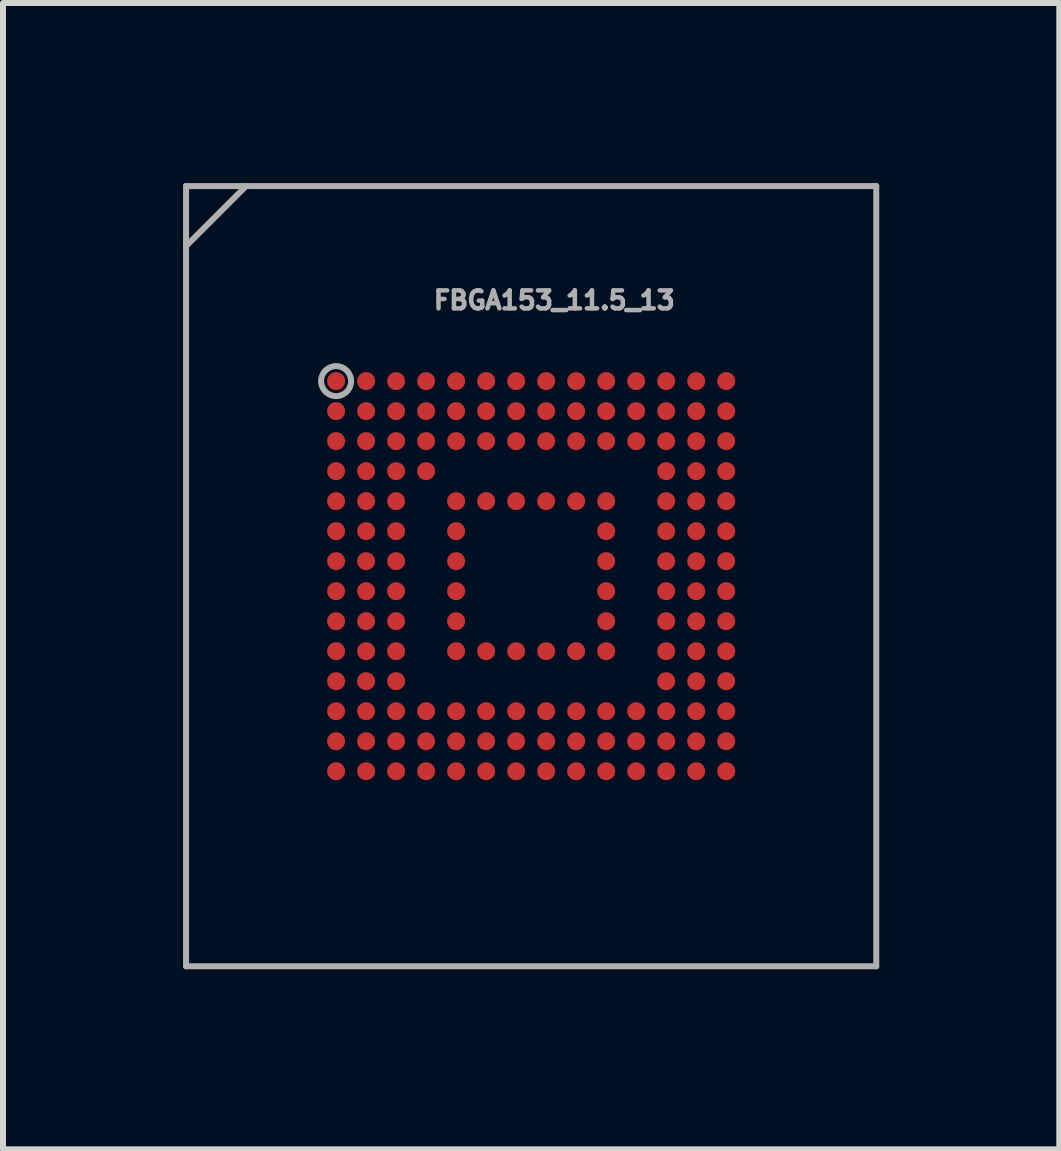
<source format=kicad_pcb>
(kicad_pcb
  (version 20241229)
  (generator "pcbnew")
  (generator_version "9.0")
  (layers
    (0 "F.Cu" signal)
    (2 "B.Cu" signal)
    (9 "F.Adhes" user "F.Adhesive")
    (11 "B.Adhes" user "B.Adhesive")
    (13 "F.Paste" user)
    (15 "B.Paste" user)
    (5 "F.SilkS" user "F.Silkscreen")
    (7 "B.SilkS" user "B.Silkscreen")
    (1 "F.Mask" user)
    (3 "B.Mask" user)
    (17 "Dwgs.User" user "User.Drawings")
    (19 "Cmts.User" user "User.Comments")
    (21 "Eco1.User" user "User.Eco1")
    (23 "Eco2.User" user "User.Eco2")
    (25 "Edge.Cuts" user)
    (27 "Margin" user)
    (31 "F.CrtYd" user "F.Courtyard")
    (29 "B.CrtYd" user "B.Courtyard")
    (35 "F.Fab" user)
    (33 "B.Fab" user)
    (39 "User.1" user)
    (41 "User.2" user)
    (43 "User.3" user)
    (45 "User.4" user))
  (footprint "FBGA153_11.5_13"
    (layer "F.Cu")
    (at 5.8 6.55)
    (property "Reference" "FBGA153_11.5_13" (at 0.385 -4.597 0) (layer "F.Fab") (effects (font (size 0.3 0.3) (thickness 0.075))))
    (attr smd)
    (fp_line (start -5.75 -6.5) (end 5.75 -6.5) (stroke (width 0.1) (type solid)) (layer "F.Fab"))
    (fp_line (start -5.75 -5.5) (end -4.75 -6.5) (stroke (width 0.1) (type solid)) (layer "F.Fab"))
    (fp_line (start -5.75 6.5) (end -5.75 -6.5) (stroke (width 0.1) (type solid)) (layer "F.Fab"))
    (fp_line (start 5.75 -6.5) (end 5.75 6.5) (stroke (width 0.1) (type solid)) (layer "F.Fab"))
    (fp_line (start 5.75 6.5) (end -5.75 6.5) (stroke (width 0.1) (type solid)) (layer "F.Fab"))
    (fp_circle (center -3.25 -3.25) (end -3.05 -3.1) (stroke (width 0.1) (type solid)) (fill no) (layer "F.Fab"))
    (pad "A1" smd circle (at -3.25 -3.25) (size 0.3 0.3) (layers "F.Cu" "F.Mask" "F.Paste"))
    (pad "A2" smd circle (at -2.75 -3.25) (size 0.3 0.3) (layers "F.Cu" "F.Mask" "F.Paste"))
    (pad "A3" smd circle (at -2.25 -3.25) (size 0.3 0.3) (layers "F.Cu" "F.Mask" "F.Paste"))
    (pad "A4" smd circle (at -1.75 -3.25) (size 0.3 0.3) (layers "F.Cu" "F.Mask" "F.Paste"))
    (pad "A5" smd circle (at -1.25 -3.25) (size 0.3 0.3) (layers "F.Cu" "F.Mask" "F.Paste"))
    (pad "A6" smd circle (at -0.75 -3.25) (size 0.3 0.3) (layers "F.Cu" "F.Mask" "F.Paste"))
    (pad "A7" smd circle (at -0.25 -3.25) (size 0.3 0.3) (layers "F.Cu" "F.Mask" "F.Paste"))
    (pad "A8" smd circle (at 0.25 -3.25) (size 0.3 0.3) (layers "F.Cu" "F.Mask" "F.Paste"))
    (pad "A9" smd circle (at 0.75 -3.25) (size 0.3 0.3) (layers "F.Cu" "F.Mask" "F.Paste"))
    (pad "A10" smd circle (at 1.25 -3.25) (size 0.3 0.3) (layers "F.Cu" "F.Mask" "F.Paste"))
    (pad "A11" smd circle (at 1.75 -3.25) (size 0.3 0.3) (layers "F.Cu" "F.Mask" "F.Paste"))
    (pad "A12" smd circle (at 2.25 -3.25) (size 0.3 0.3) (layers "F.Cu" "F.Mask" "F.Paste"))
    (pad "A13" smd circle (at 2.75 -3.25) (size 0.3 0.3) (layers "F.Cu" "F.Mask" "F.Paste"))
    (pad "A14" smd circle (at 3.25 -3.25) (size 0.3 0.3) (layers "F.Cu" "F.Mask" "F.Paste"))
    (pad "B1" smd circle (at -3.25 -2.75) (size 0.3 0.3) (layers "F.Cu" "F.Mask" "F.Paste"))
    (pad "B2" smd circle (at -2.75 -2.75) (size 0.3 0.3) (layers "F.Cu" "F.Mask" "F.Paste"))
    (pad "B3" smd circle (at -2.25 -2.75) (size 0.3 0.3) (layers "F.Cu" "F.Mask" "F.Paste"))
    (pad "B4" smd circle (at -1.75 -2.75) (size 0.3 0.3) (layers "F.Cu" "F.Mask" "F.Paste"))
    (pad "B5" smd circle (at -1.25 -2.75) (size 0.3 0.3) (layers "F.Cu" "F.Mask" "F.Paste"))
    (pad "B6" smd circle (at -0.75 -2.75) (size 0.3 0.3) (layers "F.Cu" "F.Mask" "F.Paste"))
    (pad "B7" smd circle (at -0.25 -2.75) (size 0.3 0.3) (layers "F.Cu" "F.Mask" "F.Paste"))
    (pad "B8" smd circle (at 0.25 -2.75) (size 0.3 0.3) (layers "F.Cu" "F.Mask" "F.Paste"))
    (pad "B9" smd circle (at 0.75 -2.75) (size 0.3 0.3) (layers "F.Cu" "F.Mask" "F.Paste"))
    (pad "B10" smd circle (at 1.25 -2.75) (size 0.3 0.3) (layers "F.Cu" "F.Mask" "F.Paste"))
    (pad "B11" smd circle (at 1.75 -2.75) (size 0.3 0.3) (layers "F.Cu" "F.Mask" "F.Paste"))
    (pad "B12" smd circle (at 2.25 -2.75) (size 0.3 0.3) (layers "F.Cu" "F.Mask" "F.Paste"))
    (pad "B13" smd circle (at 2.75 -2.75) (size 0.3 0.3) (layers "F.Cu" "F.Mask" "F.Paste"))
    (pad "B14" smd circle (at 3.25 -2.75) (size 0.3 0.3) (layers "F.Cu" "F.Mask" "F.Paste"))
    (pad "C1" smd circle (at -3.25 -2.25) (size 0.3 0.3) (layers "F.Cu" "F.Mask" "F.Paste"))
    (pad "C2" smd circle (at -2.75 -2.25) (size 0.3 0.3) (layers "F.Cu" "F.Mask" "F.Paste"))
    (pad "C3" smd circle (at -2.25 -2.25) (size 0.3 0.3) (layers "F.Cu" "F.Mask" "F.Paste"))
    (pad "C4" smd circle (at -1.75 -2.25) (size 0.3 0.3) (layers "F.Cu" "F.Mask" "F.Paste"))
    (pad "C5" smd circle (at -1.25 -2.25) (size 0.3 0.3) (layers "F.Cu" "F.Mask" "F.Paste"))
    (pad "C6" smd circle (at -0.75 -2.25) (size 0.3 0.3) (layers "F.Cu" "F.Mask" "F.Paste"))
    (pad "C7" smd circle (at -0.25 -2.25) (size 0.3 0.3) (layers "F.Cu" "F.Mask" "F.Paste"))
    (pad "C8" smd circle (at 0.25 -2.25) (size 0.3 0.3) (layers "F.Cu" "F.Mask" "F.Paste"))
    (pad "C9" smd circle (at 0.75 -2.25) (size 0.3 0.3) (layers "F.Cu" "F.Mask" "F.Paste"))
    (pad "C10" smd circle (at 1.25 -2.25) (size 0.3 0.3) (layers "F.Cu" "F.Mask" "F.Paste"))
    (pad "C11" smd circle (at 1.75 -2.25) (size 0.3 0.3) (layers "F.Cu" "F.Mask" "F.Paste"))
    (pad "C12" smd circle (at 2.25 -2.25) (size 0.3 0.3) (layers "F.Cu" "F.Mask" "F.Paste"))
    (pad "C13" smd circle (at 2.75 -2.25) (size 0.3 0.3) (layers "F.Cu" "F.Mask" "F.Paste"))
    (pad "C14" smd circle (at 3.25 -2.25) (size 0.3 0.3) (layers "F.Cu" "F.Mask" "F.Paste"))
    (pad "D1" smd circle (at -3.25 -1.75) (size 0.3 0.3) (layers "F.Cu" "F.Mask" "F.Paste"))
    (pad "D2" smd circle (at -2.75 -1.75) (size 0.3 0.3) (layers "F.Cu" "F.Mask" "F.Paste"))
    (pad "D3" smd circle (at -2.25 -1.75) (size 0.3 0.3) (layers "F.Cu" "F.Mask" "F.Paste"))
    (pad "D4" smd circle (at -1.75 -1.75) (size 0.3 0.3) (layers "F.Cu" "F.Mask" "F.Paste"))
    (pad "D12" smd circle (at 2.25 -1.75) (size 0.3 0.3) (layers "F.Cu" "F.Mask" "F.Paste"))
    (pad "D13" smd circle (at 2.75 -1.75) (size 0.3 0.3) (layers "F.Cu" "F.Mask" "F.Paste"))
    (pad "D14" smd circle (at 3.25 -1.75) (size 0.3 0.3) (layers "F.Cu" "F.Mask" "F.Paste"))
    (pad "E1" smd circle (at -3.25 -1.25) (size 0.3 0.3) (layers "F.Cu" "F.Mask" "F.Paste"))
    (pad "E2" smd circle (at -2.75 -1.25) (size 0.3 0.3) (layers "F.Cu" "F.Mask" "F.Paste"))
    (pad "E3" smd circle (at -2.25 -1.25) (size 0.3 0.3) (layers "F.Cu" "F.Mask" "F.Paste"))
    (pad "E5" smd circle (at -1.25 -1.25) (size 0.3 0.3) (layers "F.Cu" "F.Mask" "F.Paste"))
    (pad "E6" smd circle (at -0.75 -1.25) (size 0.3 0.3) (layers "F.Cu" "F.Mask" "F.Paste"))
    (pad "E7" smd circle (at -0.25 -1.25) (size 0.3 0.3) (layers "F.Cu" "F.Mask" "F.Paste"))
    (pad "E8" smd circle (at 0.25 -1.25) (size 0.3 0.3) (layers "F.Cu" "F.Mask" "F.Paste"))
    (pad "E9" smd circle (at 0.75 -1.25) (size 0.3 0.3) (layers "F.Cu" "F.Mask" "F.Paste"))
    (pad "E10" smd circle (at 1.25 -1.25) (size 0.3 0.3) (layers "F.Cu" "F.Mask" "F.Paste"))
    (pad "E12" smd circle (at 2.25 -1.25) (size 0.3 0.3) (layers "F.Cu" "F.Mask" "F.Paste"))
    (pad "E13" smd circle (at 2.75 -1.25) (size 0.3 0.3) (layers "F.Cu" "F.Mask" "F.Paste"))
    (pad "E14" smd circle (at 3.25 -1.25) (size 0.3 0.3) (layers "F.Cu" "F.Mask" "F.Paste"))
    (pad "F1" smd circle (at -3.25 -0.75) (size 0.3 0.3) (layers "F.Cu" "F.Mask" "F.Paste"))
    (pad "F2" smd circle (at -2.75 -0.75) (size 0.3 0.3) (layers "F.Cu" "F.Mask" "F.Paste"))
    (pad "F3" smd circle (at -2.25 -0.75) (size 0.3 0.3) (layers "F.Cu" "F.Mask" "F.Paste"))
    (pad "F5" smd circle (at -1.25 -0.75) (size 0.3 0.3) (layers "F.Cu" "F.Mask" "F.Paste"))
    (pad "F10" smd circle (at 1.25 -0.75) (size 0.3 0.3) (layers "F.Cu" "F.Mask" "F.Paste"))
    (pad "F12" smd circle (at 2.25 -0.75) (size 0.3 0.3) (layers "F.Cu" "F.Mask" "F.Paste"))
    (pad "F13" smd circle (at 2.75 -0.75) (size 0.3 0.3) (layers "F.Cu" "F.Mask" "F.Paste"))
    (pad "F14" smd circle (at 3.25 -0.75) (size 0.3 0.3) (layers "F.Cu" "F.Mask" "F.Paste"))
    (pad "G1" smd circle (at -3.25 -0.25) (size 0.3 0.3) (layers "F.Cu" "F.Mask" "F.Paste"))
    (pad "G2" smd circle (at -2.75 -0.25) (size 0.3 0.3) (layers "F.Cu" "F.Mask" "F.Paste"))
    (pad "G3" smd circle (at -2.25 -0.25) (size 0.3 0.3) (layers "F.Cu" "F.Mask" "F.Paste"))
    (pad "G5" smd circle (at -1.25 -0.25) (size 0.3 0.3) (layers "F.Cu" "F.Mask" "F.Paste"))
    (pad "G10" smd circle (at 1.25 -0.25) (size 0.3 0.3) (layers "F.Cu" "F.Mask" "F.Paste"))
    (pad "G12" smd circle (at 2.25 -0.25) (size 0.3 0.3) (layers "F.Cu" "F.Mask" "F.Paste"))
    (pad "G13" smd circle (at 2.75 -0.25) (size 0.3 0.3) (layers "F.Cu" "F.Mask" "F.Paste"))
    (pad "G14" smd circle (at 3.25 -0.25) (size 0.3 0.3) (layers "F.Cu" "F.Mask" "F.Paste"))
    (pad "H1" smd circle (at -3.25 0.25) (size 0.3 0.3) (layers "F.Cu" "F.Mask" "F.Paste"))
    (pad "H2" smd circle (at -2.75 0.25) (size 0.3 0.3) (layers "F.Cu" "F.Mask" "F.Paste"))
    (pad "H3" smd circle (at -2.25 0.25) (size 0.3 0.3) (layers "F.Cu" "F.Mask" "F.Paste"))
    (pad "H5" smd circle (at -1.25 0.25) (size 0.3 0.3) (layers "F.Cu" "F.Mask" "F.Paste"))
    (pad "H10" smd circle (at 1.25 0.25) (size 0.3 0.3) (layers "F.Cu" "F.Mask" "F.Paste"))
    (pad "H12" smd circle (at 2.25 0.25) (size 0.3 0.3) (layers "F.Cu" "F.Mask" "F.Paste"))
    (pad "H13" smd circle (at 2.75 0.25) (size 0.3 0.3) (layers "F.Cu" "F.Mask" "F.Paste"))
    (pad "H14" smd circle (at 3.25 0.25) (size 0.3 0.3) (layers "F.Cu" "F.Mask" "F.Paste"))
    (pad "J1" smd circle (at -3.25 0.75) (size 0.3 0.3) (layers "F.Cu" "F.Mask" "F.Paste"))
    (pad "J2" smd circle (at -2.75 0.75) (size 0.3 0.3) (layers "F.Cu" "F.Mask" "F.Paste"))
    (pad "J3" smd circle (at -2.25 0.75) (size 0.3 0.3) (layers "F.Cu" "F.Mask" "F.Paste"))
    (pad "J5" smd circle (at -1.25 0.75) (size 0.3 0.3) (layers "F.Cu" "F.Mask" "F.Paste"))
    (pad "J10" smd circle (at 1.25 0.75) (size 0.3 0.3) (layers "F.Cu" "F.Mask" "F.Paste"))
    (pad "J12" smd circle (at 2.25 0.75) (size 0.3 0.3) (layers "F.Cu" "F.Mask" "F.Paste"))
    (pad "J13" smd circle (at 2.75 0.75) (size 0.3 0.3) (layers "F.Cu" "F.Mask" "F.Paste"))
    (pad "J14" smd circle (at 3.25 0.75) (size 0.3 0.3) (layers "F.Cu" "F.Mask" "F.Paste"))
    (pad "K1" smd circle (at -3.25 1.25) (size 0.3 0.3) (layers "F.Cu" "F.Mask" "F.Paste"))
    (pad "K2" smd circle (at -2.75 1.25) (size 0.3 0.3) (layers "F.Cu" "F.Mask" "F.Paste"))
    (pad "K3" smd circle (at -2.25 1.25) (size 0.3 0.3) (layers "F.Cu" "F.Mask" "F.Paste"))
    (pad "K5" smd circle (at -1.25 1.25) (size 0.3 0.3) (layers "F.Cu" "F.Mask" "F.Paste"))
    (pad "K6" smd circle (at -0.75 1.25) (size 0.3 0.3) (layers "F.Cu" "F.Mask" "F.Paste"))
    (pad "K7" smd circle (at -0.25 1.25) (size 0.3 0.3) (layers "F.Cu" "F.Mask" "F.Paste"))
    (pad "K8" smd circle (at 0.25 1.25) (size 0.3 0.3) (layers "F.Cu" "F.Mask" "F.Paste"))
    (pad "K9" smd circle (at 0.75 1.25) (size 0.3 0.3) (layers "F.Cu" "F.Mask" "F.Paste"))
    (pad "K10" smd circle (at 1.25 1.25) (size 0.3 0.3) (layers "F.Cu" "F.Mask" "F.Paste"))
    (pad "K12" smd circle (at 2.25 1.25) (size 0.3 0.3) (layers "F.Cu" "F.Mask" "F.Paste"))
    (pad "K13" smd circle (at 2.75 1.25) (size 0.3 0.3) (layers "F.Cu" "F.Mask" "F.Paste"))
    (pad "K14" smd circle (at 3.25 1.25) (size 0.3 0.3) (layers "F.Cu" "F.Mask" "F.Paste"))
    (pad "L1" smd circle (at -3.25 1.75) (size 0.3 0.3) (layers "F.Cu" "F.Mask" "F.Paste"))
    (pad "L2" smd circle (at -2.75 1.75) (size 0.3 0.3) (layers "F.Cu" "F.Mask" "F.Paste"))
    (pad "L3" smd circle (at -2.25 1.75) (size 0.3 0.3) (layers "F.Cu" "F.Mask" "F.Paste"))
    (pad "L12" smd circle (at 2.25 1.75) (size 0.3 0.3) (layers "F.Cu" "F.Mask" "F.Paste"))
    (pad "L13" smd circle (at 2.75 1.75) (size 0.3 0.3) (layers "F.Cu" "F.Mask" "F.Paste"))
    (pad "L14" smd circle (at 3.25 1.75) (size 0.3 0.3) (layers "F.Cu" "F.Mask" "F.Paste"))
    (pad "M1" smd circle (at -3.25 2.25) (size 0.3 0.3) (layers "F.Cu" "F.Mask" "F.Paste"))
    (pad "M2" smd circle (at -2.75 2.25) (size 0.3 0.3) (layers "F.Cu" "F.Mask" "F.Paste"))
    (pad "M3" smd circle (at -2.25 2.25) (size 0.3 0.3) (layers "F.Cu" "F.Mask" "F.Paste"))
    (pad "M4" smd circle (at -1.75 2.25) (size 0.3 0.3) (layers "F.Cu" "F.Mask" "F.Paste"))
    (pad "M5" smd circle (at -1.25 2.25) (size 0.3 0.3) (layers "F.Cu" "F.Mask" "F.Paste"))
    (pad "M6" smd circle (at -0.75 2.25) (size 0.3 0.3) (layers "F.Cu" "F.Mask" "F.Paste"))
    (pad "M7" smd circle (at -0.25 2.25) (size 0.3 0.3) (layers "F.Cu" "F.Mask" "F.Paste"))
    (pad "M8" smd circle (at 0.25 2.25) (size 0.3 0.3) (layers "F.Cu" "F.Mask" "F.Paste"))
    (pad "M9" smd circle (at 0.75 2.25) (size 0.3 0.3) (layers "F.Cu" "F.Mask" "F.Paste"))
    (pad "M10" smd circle (at 1.25 2.25) (size 0.3 0.3) (layers "F.Cu" "F.Mask" "F.Paste"))
    (pad "M11" smd circle (at 1.75 2.25) (size 0.3 0.3) (layers "F.Cu" "F.Mask" "F.Paste"))
    (pad "M12" smd circle (at 2.25 2.25) (size 0.3 0.3) (layers "F.Cu" "F.Mask" "F.Paste"))
    (pad "M13" smd circle (at 2.75 2.25) (size 0.3 0.3) (layers "F.Cu" "F.Mask" "F.Paste"))
    (pad "M14" smd circle (at 3.25 2.25) (size 0.3 0.3) (layers "F.Cu" "F.Mask" "F.Paste"))
    (pad "N1" smd circle (at -3.25 2.75) (size 0.3 0.3) (layers "F.Cu" "F.Mask" "F.Paste"))
    (pad "N2" smd circle (at -2.75 2.75) (size 0.3 0.3) (layers "F.Cu" "F.Mask" "F.Paste"))
    (pad "N3" smd circle (at -2.25 2.75) (size 0.3 0.3) (layers "F.Cu" "F.Mask" "F.Paste"))
    (pad "N4" smd circle (at -1.75 2.75) (size 0.3 0.3) (layers "F.Cu" "F.Mask" "F.Paste"))
    (pad "N5" smd circle (at -1.25 2.75) (size 0.3 0.3) (layers "F.Cu" "F.Mask" "F.Paste"))
    (pad "N6" smd circle (at -0.75 2.75) (size 0.3 0.3) (layers "F.Cu" "F.Mask" "F.Paste"))
    (pad "N7" smd circle (at -0.25 2.75) (size 0.3 0.3) (layers "F.Cu" "F.Mask" "F.Paste"))
    (pad "N8" smd circle (at 0.25 2.75) (size 0.3 0.3) (layers "F.Cu" "F.Mask" "F.Paste"))
    (pad "N9" smd circle (at 0.75 2.75) (size 0.3 0.3) (layers "F.Cu" "F.Mask" "F.Paste"))
    (pad "N10" smd circle (at 1.25 2.75) (size 0.3 0.3) (layers "F.Cu" "F.Mask" "F.Paste"))
    (pad "N11" smd circle (at 1.75 2.75) (size 0.3 0.3) (layers "F.Cu" "F.Mask" "F.Paste"))
    (pad "N12" smd circle (at 2.25 2.75) (size 0.3 0.3) (layers "F.Cu" "F.Mask" "F.Paste"))
    (pad "N13" smd circle (at 2.75 2.75) (size 0.3 0.3) (layers "F.Cu" "F.Mask" "F.Paste"))
    (pad "N14" smd circle (at 3.25 2.75) (size 0.3 0.3) (layers "F.Cu" "F.Mask" "F.Paste"))
    (pad "P1" smd circle (at -3.25 3.25) (size 0.3 0.3) (layers "F.Cu" "F.Mask" "F.Paste"))
    (pad "P2" smd circle (at -2.75 3.25) (size 0.3 0.3) (layers "F.Cu" "F.Mask" "F.Paste"))
    (pad "P3" smd circle (at -2.25 3.25) (size 0.3 0.3) (layers "F.Cu" "F.Mask" "F.Paste"))
    (pad "P4" smd circle (at -1.75 3.25) (size 0.3 0.3) (layers "F.Cu" "F.Mask" "F.Paste"))
    (pad "P5" smd circle (at -1.25 3.25) (size 0.3 0.3) (layers "F.Cu" "F.Mask" "F.Paste"))
    (pad "P6" smd circle (at -0.75 3.25) (size 0.3 0.3) (layers "F.Cu" "F.Mask" "F.Paste"))
    (pad "P7" smd circle (at -0.25 3.25) (size 0.3 0.3) (layers "F.Cu" "F.Mask" "F.Paste"))
    (pad "P8" smd circle (at 0.25 3.25) (size 0.3 0.3) (layers "F.Cu" "F.Mask" "F.Paste"))
    (pad "P9" smd circle (at 0.75 3.25) (size 0.3 0.3) (layers "F.Cu" "F.Mask" "F.Paste"))
    (pad "P10" smd circle (at 1.25 3.25) (size 0.3 0.3) (layers "F.Cu" "F.Mask" "F.Paste"))
    (pad "P11" smd circle (at 1.75 3.25) (size 0.3 0.3) (layers "F.Cu" "F.Mask" "F.Paste"))
    (pad "P12" smd circle (at 2.25 3.25) (size 0.3 0.3) (layers "F.Cu" "F.Mask" "F.Paste"))
    (pad "P13" smd circle (at 2.75 3.25) (size 0.3 0.3) (layers "F.Cu" "F.Mask" "F.Paste"))
    (pad "P14" smd circle (at 3.25 3.25) (size 0.3 0.3) (layers "F.Cu" "F.Mask" "F.Paste")))
  (gr_rect
    (start -3 -3)
    (end 14.6 16.1)
    (stroke (width 0.1) (type default))
    (fill no)
    (layer "Edge.Cuts")))
</source>
